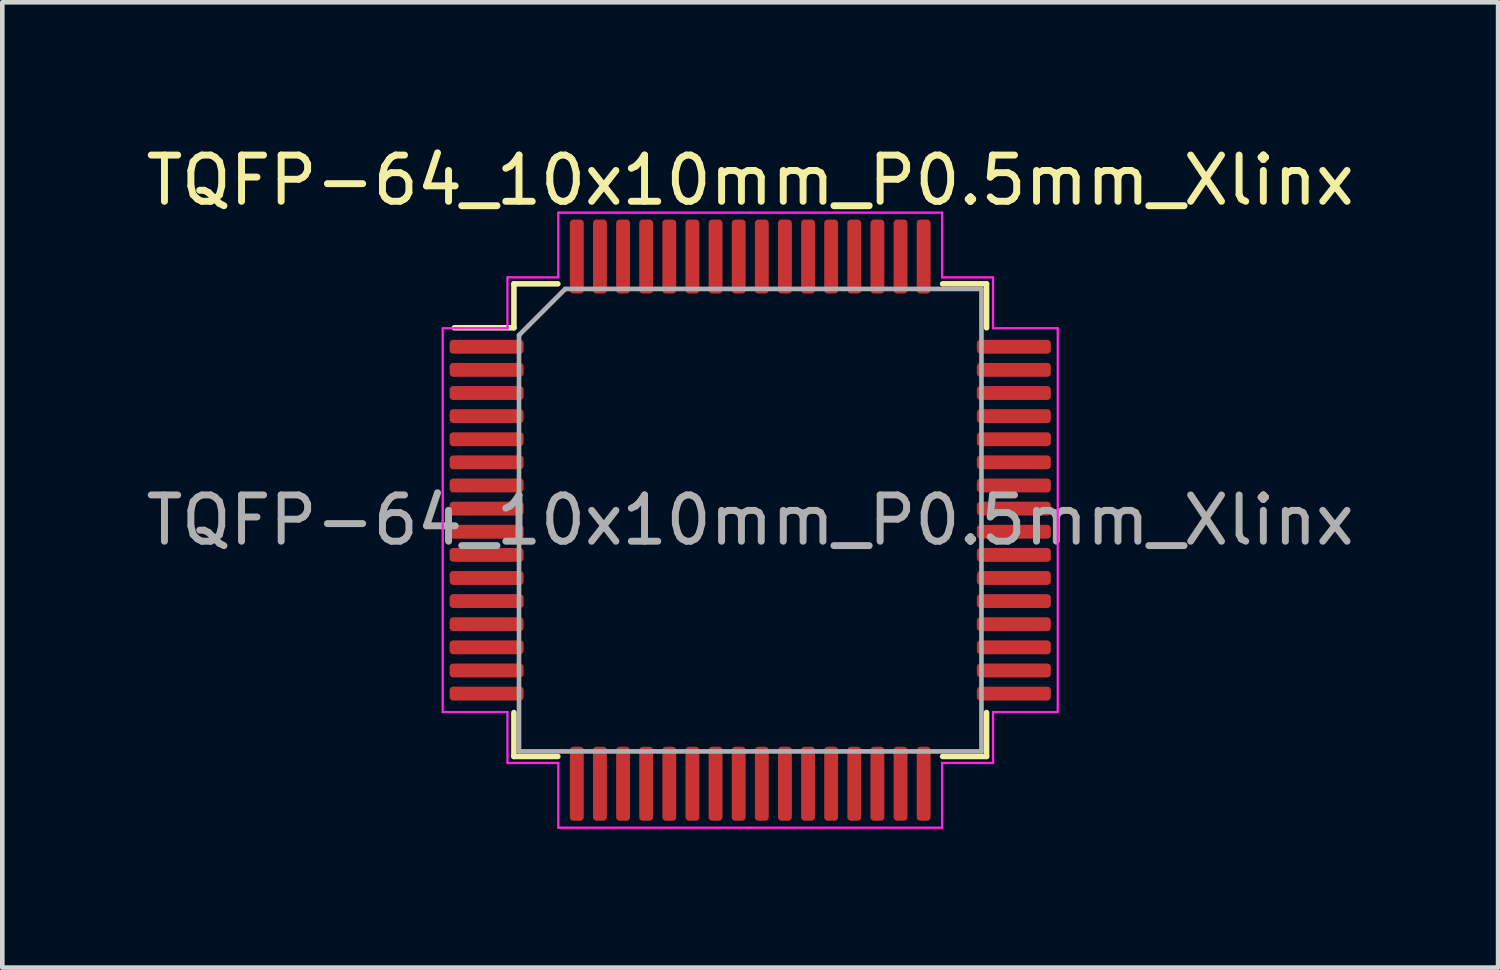
<source format=kicad_pcb>
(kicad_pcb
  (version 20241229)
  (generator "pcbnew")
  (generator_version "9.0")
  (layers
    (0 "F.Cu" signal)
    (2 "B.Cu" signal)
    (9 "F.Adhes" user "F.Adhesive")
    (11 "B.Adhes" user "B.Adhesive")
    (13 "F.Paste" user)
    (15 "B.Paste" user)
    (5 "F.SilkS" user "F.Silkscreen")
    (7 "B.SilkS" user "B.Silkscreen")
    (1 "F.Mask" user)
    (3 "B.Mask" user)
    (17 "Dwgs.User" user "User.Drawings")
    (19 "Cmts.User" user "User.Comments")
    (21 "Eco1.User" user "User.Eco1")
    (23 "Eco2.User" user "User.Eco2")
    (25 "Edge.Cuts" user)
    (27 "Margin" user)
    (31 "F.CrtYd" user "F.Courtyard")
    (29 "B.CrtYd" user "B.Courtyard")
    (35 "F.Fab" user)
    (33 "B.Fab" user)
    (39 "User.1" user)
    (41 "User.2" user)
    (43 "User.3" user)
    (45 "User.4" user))
  (footprint "TQFP-64_10x10mm_P0.5mm_Xlinx"
    (layer "F.Cu")
    (at 13.173 8.198)
    (property "Reference" "TQFP-64_10x10mm_P0.5mm_Xlinx" (at 0 -7.35 0) (layer "F.SilkS") (effects (font (size 1 1) (thickness 0.15))))
    (attr smd)
    (fp_line (start -5.11 -5.11) (end -5.11 -4.16) (stroke (width 0.12) (type solid)) (layer "F.SilkS"))
    (fp_line (start -5.11 -4.16) (end -6.4 -4.16) (stroke (width 0.12) (type solid)) (layer "F.SilkS"))
    (fp_line (start -5.11 5.11) (end -5.11 4.16) (stroke (width 0.12) (type solid)) (layer "F.SilkS"))
    (fp_line (start -4.16 -5.11) (end -5.11 -5.11) (stroke (width 0.12) (type solid)) (layer "F.SilkS"))
    (fp_line (start -4.16 5.11) (end -5.11 5.11) (stroke (width 0.12) (type solid)) (layer "F.SilkS"))
    (fp_line (start 4.16 -5.11) (end 5.11 -5.11) (stroke (width 0.12) (type solid)) (layer "F.SilkS"))
    (fp_line (start 4.16 5.11) (end 5.11 5.11) (stroke (width 0.12) (type solid)) (layer "F.SilkS"))
    (fp_line (start 5.11 -5.11) (end 5.11 -4.16) (stroke (width 0.12) (type solid)) (layer "F.SilkS"))
    (fp_line (start 5.11 5.11) (end 5.11 4.16) (stroke (width 0.12) (type solid)) (layer "F.SilkS"))
    (fp_line (start -6.65 -4.15) (end -6.65 0) (stroke (width 0.05) (type solid)) (layer "F.CrtYd"))
    (fp_line (start -6.65 4.15) (end -6.65 0) (stroke (width 0.05) (type solid)) (layer "F.CrtYd"))
    (fp_line (start -5.25 -5.25) (end -5.25 -4.15) (stroke (width 0.05) (type solid)) (layer "F.CrtYd"))
    (fp_line (start -5.25 -4.15) (end -6.65 -4.15) (stroke (width 0.05) (type solid)) (layer "F.CrtYd"))
    (fp_line (start -5.25 4.15) (end -6.65 4.15) (stroke (width 0.05) (type solid)) (layer "F.CrtYd"))
    (fp_line (start -5.25 5.25) (end -5.25 4.15) (stroke (width 0.05) (type solid)) (layer "F.CrtYd"))
    (fp_line (start -4.15 -6.65) (end -4.15 -5.25) (stroke (width 0.05) (type solid)) (layer "F.CrtYd"))
    (fp_line (start -4.15 -5.25) (end -5.25 -5.25) (stroke (width 0.05) (type solid)) (layer "F.CrtYd"))
    (fp_line (start -4.15 5.25) (end -5.25 5.25) (stroke (width 0.05) (type solid)) (layer "F.CrtYd"))
    (fp_line (start -4.15 6.65) (end -4.15 5.25) (stroke (width 0.05) (type solid)) (layer "F.CrtYd"))
    (fp_line (start 0 -6.65) (end -4.15 -6.65) (stroke (width 0.05) (type solid)) (layer "F.CrtYd"))
    (fp_line (start 0 -6.65) (end 4.15 -6.65) (stroke (width 0.05) (type solid)) (layer "F.CrtYd"))
    (fp_line (start 0 6.65) (end -4.15 6.65) (stroke (width 0.05) (type solid)) (layer "F.CrtYd"))
    (fp_line (start 0 6.65) (end 4.15 6.65) (stroke (width 0.05) (type solid)) (layer "F.CrtYd"))
    (fp_line (start 4.15 -6.65) (end 4.15 -5.25) (stroke (width 0.05) (type solid)) (layer "F.CrtYd"))
    (fp_line (start 4.15 -5.25) (end 5.25 -5.25) (stroke (width 0.05) (type solid)) (layer "F.CrtYd"))
    (fp_line (start 4.15 5.25) (end 5.25 5.25) (stroke (width 0.05) (type solid)) (layer "F.CrtYd"))
    (fp_line (start 4.15 6.65) (end 4.15 5.25) (stroke (width 0.05) (type solid)) (layer "F.CrtYd"))
    (fp_line (start 5.25 -5.25) (end 5.25 -4.15) (stroke (width 0.05) (type solid)) (layer "F.CrtYd"))
    (fp_line (start 5.25 -4.15) (end 6.65 -4.15) (stroke (width 0.05) (type solid)) (layer "F.CrtYd"))
    (fp_line (start 5.25 4.15) (end 6.65 4.15) (stroke (width 0.05) (type solid)) (layer "F.CrtYd"))
    (fp_line (start 5.25 5.25) (end 5.25 4.15) (stroke (width 0.05) (type solid)) (layer "F.CrtYd"))
    (fp_line (start 6.65 -4.15) (end 6.65 0) (stroke (width 0.05) (type solid)) (layer "F.CrtYd"))
    (fp_line (start 6.65 4.15) (end 6.65 0) (stroke (width 0.05) (type solid)) (layer "F.CrtYd"))
    (fp_line (start -5 -4) (end -4 -5) (stroke (width 0.1) (type solid)) (layer "F.Fab"))
    (fp_line (start -5 5) (end -5 -4) (stroke (width 0.1) (type solid)) (layer "F.Fab"))
    (fp_line (start -4 -5) (end 5 -5) (stroke (width 0.1) (type solid)) (layer "F.Fab"))
    (fp_line (start 5 -5) (end 5 5) (stroke (width 0.1) (type solid)) (layer "F.Fab"))
    (fp_line (start 5 5) (end -5 5) (stroke (width 0.1) (type solid)) (layer "F.Fab"))
    (fp_text user "${REFERENCE}" (at 0 0 0) (layer "F.Fab") (effects (font (size 1 1) (thickness 0.15))))
    (pad "1" smd roundrect (at -5.7 -3.75) (size 1.6 0.3) (layers "F.Cu" "F.Mask" "F.Paste") (roundrect_rratio 0.25))
    (pad "2" smd roundrect (at -5.7 -3.25) (size 1.6 0.3) (layers "F.Cu" "F.Mask" "F.Paste") (roundrect_rratio 0.25))
    (pad "3" smd roundrect (at -5.7 -2.75) (size 1.6 0.3) (layers "F.Cu" "F.Mask" "F.Paste") (roundrect_rratio 0.25))
    (pad "4" smd roundrect (at -5.7 -2.25) (size 1.6 0.3) (layers "F.Cu" "F.Mask" "F.Paste") (roundrect_rratio 0.25))
    (pad "5" smd roundrect (at -5.7 -1.75) (size 1.6 0.3) (layers "F.Cu" "F.Mask" "F.Paste") (roundrect_rratio 0.25))
    (pad "6" smd roundrect (at -5.7 -1.25) (size 1.6 0.3) (layers "F.Cu" "F.Mask" "F.Paste") (roundrect_rratio 0.25))
    (pad "7" smd roundrect (at -5.7 -0.75) (size 1.6 0.3) (layers "F.Cu" "F.Mask" "F.Paste") (roundrect_rratio 0.25))
    (pad "8" smd roundrect (at -5.7 -0.25) (size 1.6 0.3) (layers "F.Cu" "F.Mask" "F.Paste") (roundrect_rratio 0.25))
    (pad "9" smd roundrect (at -5.7 0.25) (size 1.6 0.3) (layers "F.Cu" "F.Mask" "F.Paste") (roundrect_rratio 0.25))
    (pad "10" smd roundrect (at -5.7 0.75) (size 1.6 0.3) (layers "F.Cu" "F.Mask" "F.Paste") (roundrect_rratio 0.25))
    (pad "11" smd roundrect (at -5.7 1.25) (size 1.6 0.3) (layers "F.Cu" "F.Mask" "F.Paste") (roundrect_rratio 0.25))
    (pad "12" smd roundrect (at -5.7 1.75) (size 1.6 0.3) (layers "F.Cu" "F.Mask" "F.Paste") (roundrect_rratio 0.25))
    (pad "13" smd roundrect (at -5.7 2.25) (size 1.6 0.3) (layers "F.Cu" "F.Mask" "F.Paste") (roundrect_rratio 0.25))
    (pad "14" smd roundrect (at -5.7 2.75) (size 1.6 0.3) (layers "F.Cu" "F.Mask" "F.Paste") (roundrect_rratio 0.25))
    (pad "15" smd roundrect (at -5.7 3.25) (size 1.6 0.3) (layers "F.Cu" "F.Mask" "F.Paste") (roundrect_rratio 0.25))
    (pad "16" smd roundrect (at -5.7 3.75) (size 1.6 0.3) (layers "F.Cu" "F.Mask" "F.Paste") (roundrect_rratio 0.25))
    (pad "17" smd roundrect (at -3.75 5.7) (size 0.3 1.6) (layers "F.Cu" "F.Mask" "F.Paste") (roundrect_rratio 0.25))
    (pad "18" smd roundrect (at -3.25 5.7) (size 0.3 1.6) (layers "F.Cu" "F.Mask" "F.Paste") (roundrect_rratio 0.25))
    (pad "19" smd roundrect (at -2.75 5.7) (size 0.3 1.6) (layers "F.Cu" "F.Mask" "F.Paste") (roundrect_rratio 0.25))
    (pad "20" smd roundrect (at -2.25 5.7) (size 0.3 1.6) (layers "F.Cu" "F.Mask" "F.Paste") (roundrect_rratio 0.25))
    (pad "21" smd roundrect (at -1.75 5.7) (size 0.3 1.6) (layers "F.Cu" "F.Mask" "F.Paste") (roundrect_rratio 0.25))
    (pad "22" smd roundrect (at -1.25 5.7) (size 0.3 1.6) (layers "F.Cu" "F.Mask" "F.Paste") (roundrect_rratio 0.25))
    (pad "23" smd roundrect (at -0.75 5.7) (size 0.3 1.6) (layers "F.Cu" "F.Mask" "F.Paste") (roundrect_rratio 0.25))
    (pad "24" smd roundrect (at -0.25 5.7) (size 0.3 1.6) (layers "F.Cu" "F.Mask" "F.Paste") (roundrect_rratio 0.25))
    (pad "25" smd roundrect (at 0.25 5.7) (size 0.3 1.6) (layers "F.Cu" "F.Mask" "F.Paste") (roundrect_rratio 0.25))
    (pad "26" smd roundrect (at 0.75 5.7) (size 0.3 1.6) (layers "F.Cu" "F.Mask" "F.Paste") (roundrect_rratio 0.25))
    (pad "27" smd roundrect (at 1.25 5.7) (size 0.3 1.6) (layers "F.Cu" "F.Mask" "F.Paste") (roundrect_rratio 0.25))
    (pad "28" smd roundrect (at 1.75 5.7) (size 0.3 1.6) (layers "F.Cu" "F.Mask" "F.Paste") (roundrect_rratio 0.25))
    (pad "29" smd roundrect (at 2.25 5.7) (size 0.3 1.6) (layers "F.Cu" "F.Mask" "F.Paste") (roundrect_rratio 0.25))
    (pad "30" smd roundrect (at 2.75 5.7) (size 0.3 1.6) (layers "F.Cu" "F.Mask" "F.Paste") (roundrect_rratio 0.25))
    (pad "31" smd roundrect (at 3.25 5.7) (size 0.3 1.6) (layers "F.Cu" "F.Mask" "F.Paste") (roundrect_rratio 0.25))
    (pad "32" smd roundrect (at 3.75 5.7) (size 0.3 1.6) (layers "F.Cu" "F.Mask" "F.Paste") (roundrect_rratio 0.25))
    (pad "33" smd roundrect (at 5.7 3.75) (size 1.6 0.3) (layers "F.Cu" "F.Mask" "F.Paste") (roundrect_rratio 0.25))
    (pad "34" smd roundrect (at 5.7 3.25) (size 1.6 0.3) (layers "F.Cu" "F.Mask" "F.Paste") (roundrect_rratio 0.25))
    (pad "35" smd roundrect (at 5.7 2.75) (size 1.6 0.3) (layers "F.Cu" "F.Mask" "F.Paste") (roundrect_rratio 0.25))
    (pad "36" smd roundrect (at 5.7 2.25) (size 1.6 0.3) (layers "F.Cu" "F.Mask" "F.Paste") (roundrect_rratio 0.25))
    (pad "37" smd roundrect (at 5.7 1.75) (size 1.6 0.3) (layers "F.Cu" "F.Mask" "F.Paste") (roundrect_rratio 0.25))
    (pad "38" smd roundrect (at 5.7 1.25) (size 1.6 0.3) (layers "F.Cu" "F.Mask" "F.Paste") (roundrect_rratio 0.25))
    (pad "39" smd roundrect (at 5.7 0.75) (size 1.6 0.3) (layers "F.Cu" "F.Mask" "F.Paste") (roundrect_rratio 0.25))
    (pad "40" smd roundrect (at 5.7 0.25) (size 1.6 0.3) (layers "F.Cu" "F.Mask" "F.Paste") (roundrect_rratio 0.25))
    (pad "41" smd roundrect (at 5.7 -0.25) (size 1.6 0.3) (layers "F.Cu" "F.Mask" "F.Paste") (roundrect_rratio 0.25))
    (pad "42" smd roundrect (at 5.7 -0.75) (size 1.6 0.3) (layers "F.Cu" "F.Mask" "F.Paste") (roundrect_rratio 0.25))
    (pad "43" smd roundrect (at 5.7 -1.25) (size 1.6 0.3) (layers "F.Cu" "F.Mask" "F.Paste") (roundrect_rratio 0.25))
    (pad "44" smd roundrect (at 5.7 -1.75) (size 1.6 0.3) (layers "F.Cu" "F.Mask" "F.Paste") (roundrect_rratio 0.25))
    (pad "45" smd roundrect (at 5.7 -2.25) (size 1.6 0.3) (layers "F.Cu" "F.Mask" "F.Paste") (roundrect_rratio 0.25))
    (pad "46" smd roundrect (at 5.7 -2.75) (size 1.6 0.3) (layers "F.Cu" "F.Mask" "F.Paste") (roundrect_rratio 0.25))
    (pad "47" smd roundrect (at 5.7 -3.25) (size 1.6 0.3) (layers "F.Cu" "F.Mask" "F.Paste") (roundrect_rratio 0.25))
    (pad "48" smd roundrect (at 5.7 -3.75) (size 1.6 0.3) (layers "F.Cu" "F.Mask" "F.Paste") (roundrect_rratio 0.25))
    (pad "49" smd roundrect (at 3.75 -5.7) (size 0.3 1.6) (layers "F.Cu" "F.Mask" "F.Paste") (roundrect_rratio 0.25))
    (pad "50" smd roundrect (at 3.25 -5.7) (size 0.3 1.6) (layers "F.Cu" "F.Mask" "F.Paste") (roundrect_rratio 0.25))
    (pad "51" smd roundrect (at 2.75 -5.7) (size 0.3 1.6) (layers "F.Cu" "F.Mask" "F.Paste") (roundrect_rratio 0.25))
    (pad "52" smd roundrect (at 2.25 -5.7) (size 0.3 1.6) (layers "F.Cu" "F.Mask" "F.Paste") (roundrect_rratio 0.25))
    (pad "53" smd roundrect (at 1.75 -5.7) (size 0.3 1.6) (layers "F.Cu" "F.Mask" "F.Paste") (roundrect_rratio 0.25))
    (pad "54" smd roundrect (at 1.25 -5.7) (size 0.3 1.6) (layers "F.Cu" "F.Mask" "F.Paste") (roundrect_rratio 0.25))
    (pad "55" smd roundrect (at 0.75 -5.7) (size 0.3 1.6) (layers "F.Cu" "F.Mask" "F.Paste") (roundrect_rratio 0.25))
    (pad "56" smd roundrect (at 0.25 -5.7) (size 0.3 1.6) (layers "F.Cu" "F.Mask" "F.Paste") (roundrect_rratio 0.25))
    (pad "57" smd roundrect (at -0.25 -5.7) (size 0.3 1.6) (layers "F.Cu" "F.Mask" "F.Paste") (roundrect_rratio 0.25))
    (pad "58" smd roundrect (at -0.75 -5.7) (size 0.3 1.6) (layers "F.Cu" "F.Mask" "F.Paste") (roundrect_rratio 0.25))
    (pad "59" smd roundrect (at -1.25 -5.7) (size 0.3 1.6) (layers "F.Cu" "F.Mask" "F.Paste") (roundrect_rratio 0.25))
    (pad "60" smd roundrect (at -1.75 -5.7) (size 0.3 1.6) (layers "F.Cu" "F.Mask" "F.Paste") (roundrect_rratio 0.25))
    (pad "61" smd roundrect (at -2.25 -5.7) (size 0.3 1.6) (layers "F.Cu" "F.Mask" "F.Paste") (roundrect_rratio 0.25))
    (pad "62" smd roundrect (at -2.75 -5.7) (size 0.3 1.6) (layers "F.Cu" "F.Mask" "F.Paste") (roundrect_rratio 0.25))
    (pad "63" smd roundrect (at -3.25 -5.7) (size 0.3 1.6) (layers "F.Cu" "F.Mask" "F.Paste") (roundrect_rratio 0.25))
    (pad "64" smd roundrect (at -3.75 -5.7) (size 0.3 1.6) (layers "F.Cu" "F.Mask" "F.Paste") (roundrect_rratio 0.25)))
  (gr_rect
    (start -3 -3)
    (end 29.345 17.873)
    (stroke (width 0.1) (type default))
    (fill no)
    (layer "Edge.Cuts")))
</source>
